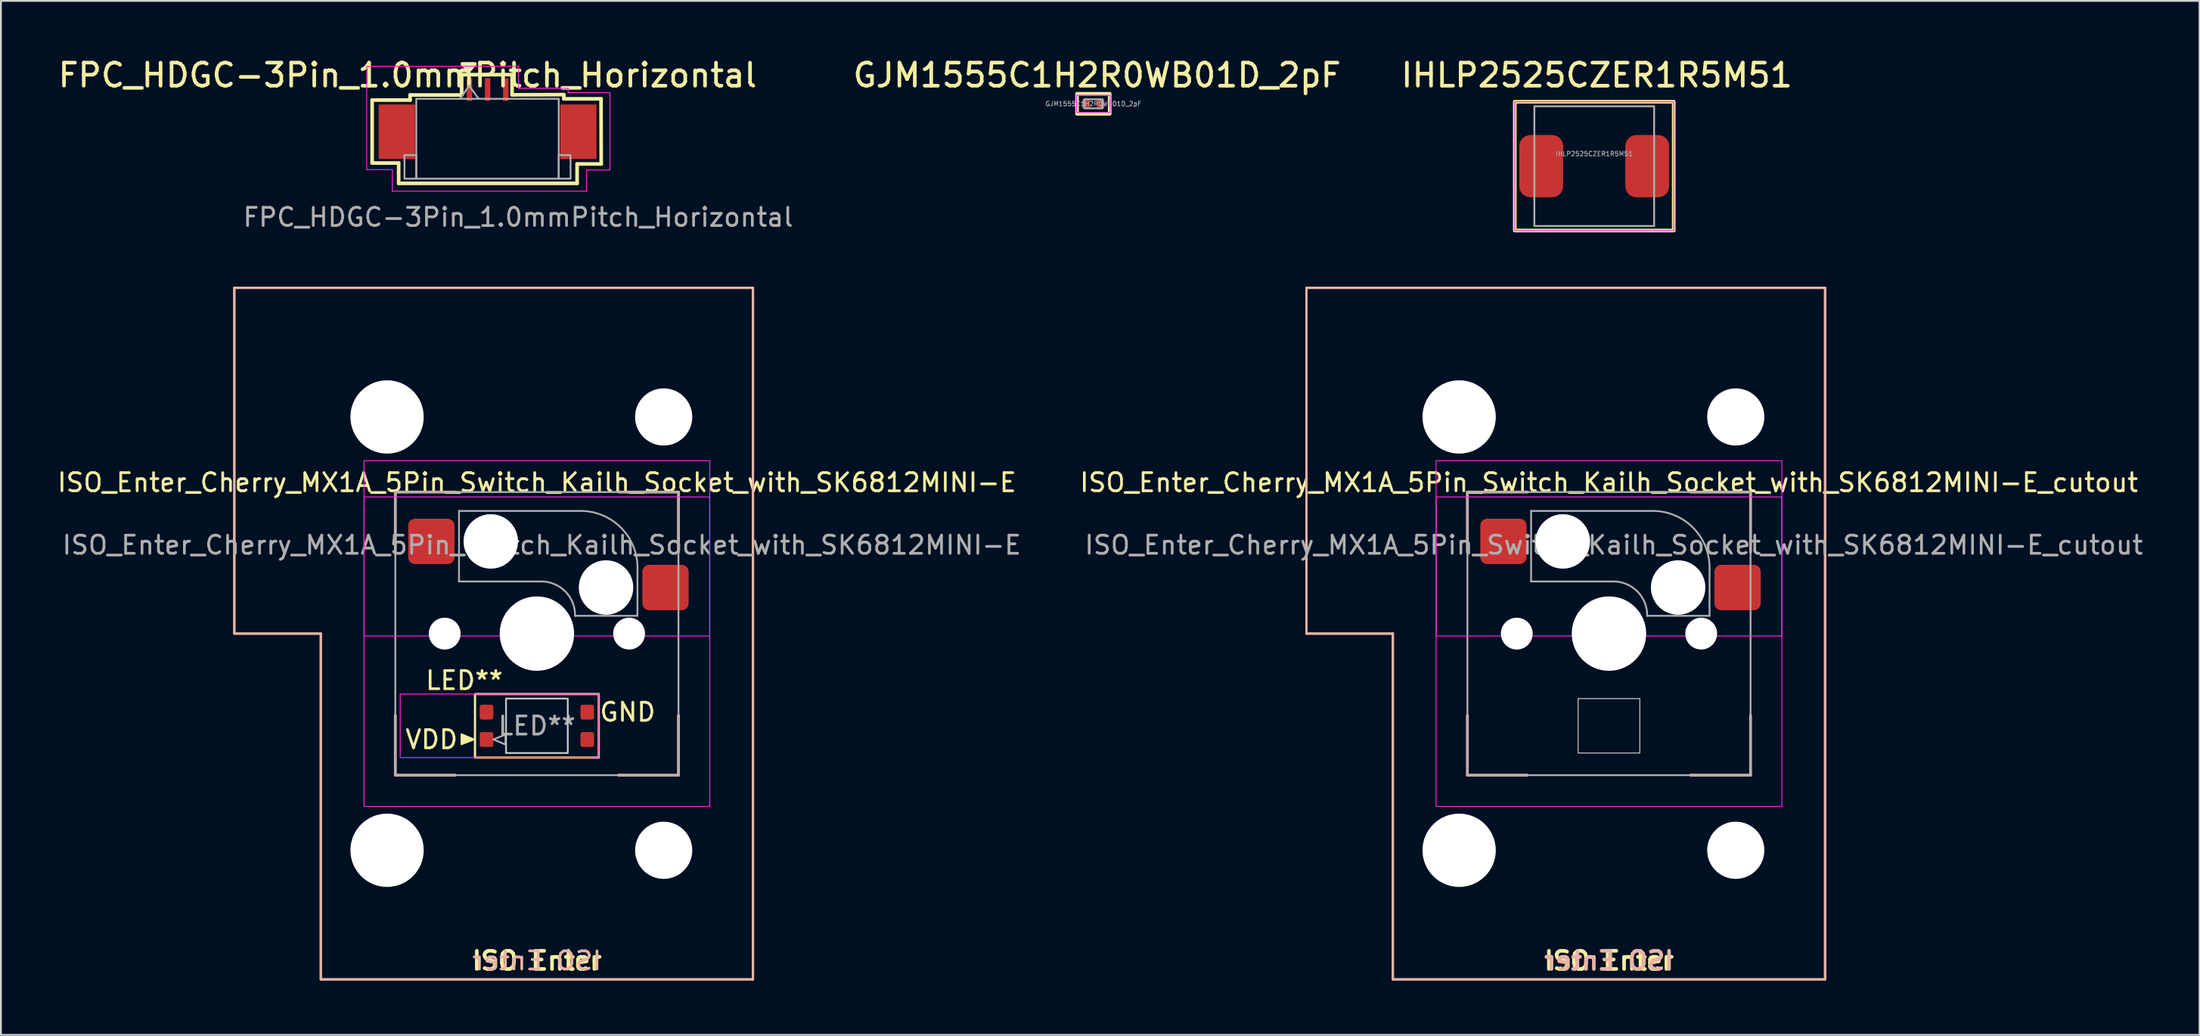
<source format=kicad_pcb>
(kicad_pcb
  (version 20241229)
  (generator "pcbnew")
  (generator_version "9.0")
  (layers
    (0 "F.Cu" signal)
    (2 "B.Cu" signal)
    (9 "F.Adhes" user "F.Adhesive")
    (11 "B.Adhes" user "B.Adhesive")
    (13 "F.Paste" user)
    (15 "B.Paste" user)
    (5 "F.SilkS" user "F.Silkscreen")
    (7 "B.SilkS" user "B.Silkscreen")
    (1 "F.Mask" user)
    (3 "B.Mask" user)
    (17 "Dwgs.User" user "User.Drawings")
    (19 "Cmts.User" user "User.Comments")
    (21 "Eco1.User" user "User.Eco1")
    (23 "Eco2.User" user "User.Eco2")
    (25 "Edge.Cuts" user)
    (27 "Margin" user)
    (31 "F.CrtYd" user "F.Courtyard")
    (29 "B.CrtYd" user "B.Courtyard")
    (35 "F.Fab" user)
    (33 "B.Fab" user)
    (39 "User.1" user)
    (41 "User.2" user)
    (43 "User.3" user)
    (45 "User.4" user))
  (footprint "GJM1555C1H2R0WB01D_2pF"
    (layer "F.Cu")
    (at 57.189 2.669)
    (property "Reference" "GJM1555C1H2R0WB01D_2pF" (at 0.2 -1.575 0) (layer "F.SilkS") (effects (font (size 1.27 1.27) (thickness 0.2))))
    (attr smd)
    (fp_rect (start -0.9 -0.55) (end 0.9 0.55) (stroke (width 0.2) (type default)) (fill no) (layer "F.SilkS"))
    (fp_rect (start -0.925 -0.475) (end 0.925 0.475) (stroke (width 0.05) (type default)) (fill no) (layer "F.CrtYd"))
    (fp_rect (start -0.5 -0.25) (end 0.5 0.25) (stroke (width 0.1) (type default)) (fill no) (layer "F.Fab"))
    (fp_text user "${REFERENCE}" (at 0 0 0) (layer "F.Fab") (effects (font (size 0.25 0.25) (thickness 0.04))))
    (pad "1" smd rect (at -0.4 0) (size 0.4 0.5) (layers "F.Cu" "F.Mask" "F.Paste"))
    (pad "2" smd rect (at 0.4 0) (size 0.4 0.5) (layers "F.Cu" "F.Mask" "F.Paste")))
  (footprint "ISO_Enter_Cherry_MX1A_5Pin_Switch_Kailh_Socket_with_SK6812MINI-E"
    (layer "F.Cu")
    (at 26.53 41.387)
    (property "Reference" "ISO_Enter_Cherry_MX1A_5Pin_Switch_Kailh_Socket_with_SK6812MINI-E" (at 0 -17.85 0) (layer "F.SilkS") (effects (font (size 1 1) (thickness 0.15))))
    (property "LED_Reference" "LED**" (at -4 -6.945 0) (layer "F.SilkS") (effects (font (size 1 1) (thickness 0.15))))
    (property "Size" "ISO Enter" (at 0 8.5 0) (layer "F.SilkS") (effects (font (size 1 1) (thickness 0.2) (bold yes))))
    (attr smd)
    (fp_line (start -16.669 -28.575) (end 11.906 -28.575) (stroke (width 0.12) (type default)) (layer "F.SilkS"))
    (fp_line (start -16.669 -9.525) (end -16.669 -28.575) (stroke (width 0.12) (type default)) (layer "F.SilkS"))
    (fp_line (start -11.906 -9.525) (end -16.669 -9.525) (stroke (width 0.12) (type default)) (layer "F.SilkS"))
    (fp_line (start -11.906 9.525) (end -11.906 -9.525) (stroke (width 0.12) (type default)) (layer "F.SilkS"))
    (fp_line (start -7.8 -17.325) (end -7.8 -14.025) (stroke (width 0.12) (type default)) (layer "F.SilkS"))
    (fp_line (start -7.8 -17.325) (end -4.5 -17.325) (stroke (width 0.12) (type default)) (layer "F.SilkS"))
    (fp_line (start -7.8 -1.725) (end -7.8 -5.025) (stroke (width 0.12) (type solid)) (layer "F.SilkS"))
    (fp_line (start -7.8 -1.725) (end -4.5 -1.725) (stroke (width 0.12) (type default)) (layer "F.SilkS"))
    (fp_line (start 7.8 -17.325) (end 4.5 -17.325) (stroke (width 0.12) (type default)) (layer "F.SilkS"))
    (fp_line (start 7.8 -17.325) (end 7.8 -14.025) (stroke (width 0.12) (type default)) (layer "F.SilkS"))
    (fp_line (start 7.8 -1.725) (end 4.5 -1.725) (stroke (width 0.12) (type default)) (layer "F.SilkS"))
    (fp_line (start 7.8 -1.725) (end 7.8 -5.025) (stroke (width 0.12) (type default)) (layer "F.SilkS"))
    (fp_line (start 11.906 -28.575) (end 11.906 9.525) (stroke (width 0.12) (type default)) (layer "F.SilkS"))
    (fp_line (start 11.906 9.525) (end -11.906 9.525) (stroke (width 0.12) (type default)) (layer "F.SilkS"))
    (fp_rect (start -3.41 -6.195) (end 3.41 -2.695) (stroke (width 0.12) (type default)) (fill no) (layer "F.SilkS"))
    (fp_poly (pts (xy -3.48 -3.695) (xy -4.153 -3.978) (xy -4.153 -3.975) (xy -4.153 -3.428)) (stroke (width 0.1) (type solid)) (fill yes) (layer "F.SilkS"))
    (fp_line (start -16.669 -28.575) (end 11.906 -28.575) (stroke (width 0.12) (type default)) (layer "B.SilkS"))
    (fp_line (start -16.669 -9.525) (end -16.669 -28.575) (stroke (width 0.12) (type default)) (layer "B.SilkS"))
    (fp_line (start -11.906 -9.525) (end -16.669 -9.525) (stroke (width 0.12) (type default)) (layer "B.SilkS"))
    (fp_line (start -11.906 9.525) (end -11.906 -9.525) (stroke (width 0.12) (type default)) (layer "B.SilkS"))
    (fp_line (start -7.8 -17.325) (end -7.8 -14.025) (stroke (width 0.15) (type default)) (layer "B.SilkS"))
    (fp_line (start -7.8 -17.325) (end -4.5 -17.325) (stroke (width 0.15) (type default)) (layer "B.SilkS"))
    (fp_line (start -7.8 -1.725) (end -7.8 -5.025) (stroke (width 0.15) (type default)) (layer "B.SilkS"))
    (fp_line (start -7.8 -1.725) (end -4.5 -1.725) (stroke (width 0.15) (type default)) (layer "B.SilkS"))
    (fp_line (start 7.8 -17.325) (end 4.5 -17.325) (stroke (width 0.15) (type default)) (layer "B.SilkS"))
    (fp_line (start 7.8 -17.325) (end 7.8 -14.025) (stroke (width 0.15) (type default)) (layer "B.SilkS"))
    (fp_line (start 7.8 -1.725) (end 4.5 -1.725) (stroke (width 0.15) (type default)) (layer "B.SilkS"))
    (fp_line (start 7.8 -1.725) (end 7.8 -5.025) (stroke (width 0.15) (type default)) (layer "B.SilkS"))
    (fp_line (start 11.906 -28.575) (end 11.906 9.525) (stroke (width 0.12) (type default)) (layer "B.SilkS"))
    (fp_line (start 11.906 9.525) (end -11.906 9.525) (stroke (width 0.12) (type default)) (layer "B.SilkS"))
    (fp_rect (start -1.7 -5.945) (end 1.7 -2.945) (stroke (width 0.05) (type default)) (fill no) (layer "Edge.Cuts"))
    (fp_rect (start -9.525 -19.05) (end 9.525 0) (stroke (width 0.05) (type default)) (fill no) (layer "F.CrtYd"))
    (fp_rect (start -9.52 -17.055) (end 9.52 -9.395) (stroke (width 0.05) (type default)) (fill no) (layer "F.CrtYd"))
    (fp_rect (start -7.53 -6.195) (end 3.41 -2.695) (stroke (width 0.05) (type default)) (fill no) (layer "F.CrtYd"))
    (fp_line (start -4.29 -12.398) (end -4.29 -16.284) (stroke (width 0.1) (type default)) (layer "F.Fab"))
    (fp_line (start 0.269 -12.398) (end -4.29 -12.398) (stroke (width 0.1) (type default)) (layer "F.Fab"))
    (fp_line (start 2.455 -16.284) (end -4.29 -16.284) (stroke (width 0.1) (type default)) (layer "F.Fab"))
    (fp_line (start 5.54 -10.505) (end 2.105 -10.505) (stroke (width 0.1) (type default)) (layer "F.Fab"))
    (fp_line (start 5.54 -10.505) (end 5.542 -13.102) (stroke (width 0.1) (type default)) (layer "F.Fab"))
    (fp_rect (start -7.8 -17.325) (end 7.8 -1.725) (stroke (width 0.1) (type default)) (fill no) (layer "F.Fab"))
    (fp_rect (start -1.7 -5.945) (end 1.7 -2.945) (stroke (width 0.1) (type default)) (fill no) (layer "F.Fab"))
    (fp_arc (start 0.268782 -12.397715) (mid 1.580341 -11.833063) (end 2.105 -10.505) (stroke (width 0.1) (type default)) (layer "F.Fab"))
    (fp_arc (start 2.45495 -16.284322) (mid 4.659998 -15.334999) (end 5.542076 -13.102199) (stroke (width 0.1) (type default)) (layer "F.Fab"))
    (fp_poly (pts (xy -2.4 -3.695) (xy -1.727 -3.412) (xy -1.727 -3.415) (xy -1.727 -3.962)) (stroke (width 0.1) (type solid)) (fill no) (layer "F.Fab"))
    (fp_text user "GND" (at 5 -5.2 0) (unlocked yes) (layer "F.SilkS") (effects (font (size 1 1) (thickness 0.15))))
    (fp_text user "VDD" (at -5.8 -3.69 0) (unlocked yes) (layer "F.SilkS") (effects (font (size 1 1) (thickness 0.15))))
    (fp_text user "${Size}" (at 0 8.5 0) (unlocked yes) (layer "B.SilkS") (effects (font (size 1 1) (thickness 0.15)) (justify mirror)))
    (fp_text user "${REFERENCE}" (at 0.269 -14.405 0) (layer "F.Fab") (effects (font (size 1 1) (thickness 0.15))))
    (fp_text user "${LED_Reference}" (at 0 -4.445 0) (unlocked yes) (layer "F.Fab") (effects (font (size 1 1) (thickness 0.15))))
    (pad "" np_thru_hole circle (at -8.255 -21.463 270) (size 4.039 4.039) (drill 4.039) (layers "*.Cu" "*.Mask"))
    (pad "" np_thru_hole circle (at -8.255 2.413 270) (size 4.039 4.039) (drill 4.039) (layers "*.Cu" "*.Mask"))
    (pad "" np_thru_hole circle (at -5.08 -9.525) (size 1.753 1.753) (drill 1.753) (layers "*.Cu" "*.Mask"))
    (pad "" np_thru_hole circle (at -2.54 -14.605) (size 3 3) (drill 3) (layers "*.Cu" "*.Mask"))
    (pad "" np_thru_hole circle (at 0 -9.525) (size 4.1 4.1) (drill 4.1) (layers "*.Cu" "*.Mask"))
    (pad "" np_thru_hole circle (at 3.81 -12.065) (size 3 3) (drill 3) (layers "*.Cu" "*.Mask"))
    (pad "" np_thru_hole circle (at 5.08 -9.525) (size 1.753 1.753) (drill 1.753) (layers "*.Cu" "*.Mask"))
    (pad "" np_thru_hole circle (at 6.985 -21.463 270) (size 3.15 3.15) (drill 3.15) (layers "*.Cu" "*.Mask"))
    (pad "" np_thru_hole circle (at 6.985 2.413 270) (size 3.15 3.15) (drill 3.15) (layers "*.Cu" "*.Mask"))
    (pad "1" smd roundrect (at -2.775 -3.69) (size 0.75 0.82) (layers "F.Cu" "F.Mask" "F.Paste") (roundrect_rratio 0.15))
    (pad "2" smd roundrect (at -2.775 -5.2) (size 0.75 0.82) (layers "F.Cu" "F.Mask" "F.Paste") (roundrect_rratio 0.15))
    (pad "3" smd roundrect (at 2.775 -5.2) (size 0.75 0.82) (layers "F.Cu" "F.Mask" "F.Paste") (roundrect_rratio 0.15))
    (pad "4" smd roundrect (at 2.775 -3.69) (size 0.75 0.82) (layers "F.Cu" "F.Mask" "F.Paste") (roundrect_rratio 0.15))
    (pad "5" smd roundrect (at -5.815 -14.605) (size 2.55 2.5) (layers "F.Cu" "F.Mask" "F.Paste") (roundrect_rratio 0.15))
    (pad "6" smd roundrect (at 7.085 -12.065) (size 2.55 2.5) (layers "F.Cu" "F.Mask" "F.Paste") (roundrect_rratio 0.15)))
  (footprint "FPC_HDGC-3Pin_1.0mmPitch_Horizontal"
    (layer "F.Cu")
    (at 23.814 1.884)
    (property "Reference" "FPC_HDGC-3Pin_1.0mmPitch_Horizontal" (at -4.41 -0.79 0) (layer "F.SilkS") (effects (font (size 1.27 1.27) (thickness 0.2))))
    (attr smd)
    (fp_line (start -6.36 0.58) (end -6.36 4.05) (stroke (width 0.2) (type default)) (layer "F.SilkS"))
    (fp_line (start -6.36 4.05) (end -4.9 4.05) (stroke (width 0.2) (type default)) (layer "F.SilkS"))
    (fp_line (start -4.9 4.05) (end -4.9 5.17) (stroke (width 0.2) (type default)) (layer "F.SilkS"))
    (fp_line (start -4.9 5.17) (end 4.93 5.17) (stroke (width 0.2) (type default)) (layer "F.SilkS"))
    (fp_line (start -4.27 0.3) (end -4.27 0.58) (stroke (width 0.2) (type default)) (layer "F.SilkS"))
    (fp_line (start -4.27 0.58) (end -6.36 0.58) (stroke (width 0.2) (type default)) (layer "F.SilkS"))
    (fp_line (start -1.429 -0.819) (end -1.429 0.3) (stroke (width 0.2) (type default)) (layer "F.SilkS"))
    (fp_line (start -1.429 0.3) (end -4.27 0.3) (stroke (width 0.2) (type default)) (layer "F.SilkS"))
    (fp_line (start 1.35 -0.82) (end -1.429 -0.819) (stroke (width 0.2) (type default)) (layer "F.SilkS"))
    (fp_line (start 1.35 0.291) (end 1.35 -0.82) (stroke (width 0.2) (type default)) (layer "F.SilkS"))
    (fp_line (start 4.2 0.28) (end 1.35 0.291) (stroke (width 0.2) (type default)) (layer "F.SilkS"))
    (fp_line (start 4.2 0.51) (end 4.2 0.28) (stroke (width 0.2) (type default)) (layer "F.SilkS"))
    (fp_line (start 4.93 5.17) (end 4.93 4.1) (stroke (width 0.2) (type default)) (layer "F.SilkS"))
    (fp_line (start 4.94 4.1) (end 6.26 4.1) (stroke (width 0.2) (type default)) (layer "F.SilkS"))
    (fp_line (start 6.25 0.51) (end 4.2 0.51) (stroke (width 0.2) (type default)) (layer "F.SilkS"))
    (fp_line (start 6.26 4.1) (end 6.25 0.51) (stroke (width 0.2) (type default)) (layer "F.SilkS"))
    (fp_poly (pts (xy -1.02 -1.04) (xy -1.391 -1.411) (xy -0.7 -1.411) (xy -0.7 -1.41) (xy -1.02 -1.039) (xy -1.021 -1.039)) (stroke (width 0.2) (type solid)) (fill yes) (layer "F.SilkS"))
    (fp_line (start -6.66 -1.28) (end -6.66 4.41) (stroke (width 0.05) (type default)) (layer "F.CrtYd"))
    (fp_line (start -6.66 -1.28) (end 1.7 -1.28) (stroke (width 0.05) (type default)) (layer "F.CrtYd"))
    (fp_line (start -6.66 4.41) (end -5.25 4.41) (stroke (width 0.05) (type default)) (layer "F.CrtYd"))
    (fp_line (start -5.25 4.41) (end -5.25 5.6) (stroke (width 0.05) (type default)) (layer "F.CrtYd"))
    (fp_line (start -5.25 5.6) (end 5.45 5.6) (stroke (width 0.05) (type default)) (layer "F.CrtYd"))
    (fp_line (start 1.7 -0.07) (end 1.7 -1.28) (stroke (width 0.05) (type default)) (layer "F.CrtYd"))
    (fp_line (start 4.44 -0.07) (end 1.7 -0.07) (stroke (width 0.05) (type default)) (layer "F.CrtYd"))
    (fp_line (start 4.44 0.17) (end 4.44 -0.07) (stroke (width 0.05) (type default)) (layer "F.CrtYd"))
    (fp_line (start 5.45 4.43) (end 6.74 4.43) (stroke (width 0.05) (type default)) (layer "F.CrtYd"))
    (fp_line (start 5.45 5.6) (end 5.45 4.43) (stroke (width 0.05) (type default)) (layer "F.CrtYd"))
    (fp_line (start 6.74 0.17) (end 4.44 0.17) (stroke (width 0.05) (type default)) (layer "F.CrtYd"))
    (fp_line (start 6.74 4.43) (end 6.74 0.17) (stroke (width 0.05) (type default)) (layer "F.CrtYd"))
    (fp_line (start -1.51 0.494) (end -1.01 -0.214) (stroke (width 0.1) (type solid)) (layer "F.Fab"))
    (fp_line (start -1.01 -0.214) (end -0.51 0.494) (stroke (width 0.1) (type solid)) (layer "F.Fab"))
    (fp_rect (start -4.58 3.61) (end -3.93 4.91) (stroke (width 0.1) (type default)) (fill no) (layer "F.Fab"))
    (fp_rect (start -3.93 0.51) (end 3.92 4.91) (stroke (width 0.1) (type default)) (fill no) (layer "F.Fab"))
    (fp_rect (start 3.92 3.61) (end 4.57 4.91) (stroke (width 0.1) (type default)) (fill no) (layer "F.Fab"))
    (fp_text user "FPC_HDGC-3Pin_1.0mmPitch_Horizontal" (at -13.56 7.62 0) (unlocked yes) (layer "F.Fab") (effects (font (size 1 1) (thickness 0.15)) (justify left bottom)))
    (pad "0" smd rect (at -5 2.325) (size 2 3) (layers "F.Cu" "F.Mask" "F.Paste"))
    (pad "0" smd rect (at 5 2.325) (size 2 3) (layers "F.Cu" "F.Mask" "F.Paste"))
    (pad "1" smd rect (at -1 0) (size 0.3 1.25) (layers "F.Cu" "F.Mask" "F.Paste"))
    (pad "2" smd rect (at 0 0) (size 0.3 1.25) (layers "F.Cu" "F.Mask" "F.Paste"))
    (pad "3" smd rect (at 1 0) (size 0.3 1.25) (layers "F.Cu" "F.Mask" "F.Paste")))
  (footprint "IHLP2525CZER1R5M51"
    (layer "F.Cu")
    (at 84.785 6.104)
    (property "Reference" "IHLP2525CZER1R5M51" (at 0.14 -5.01 0) (layer "F.SilkS") (effects (font (size 1.27 1.27) (thickness 0.2))))
    (attr smd)
    (fp_rect (start -4.378 -3.549) (end 4.378 3.549) (stroke (width 0.2) (type default)) (fill no) (layer "F.SilkS"))
    (fp_rect (start -4.378 -3.549) (end 4.378 3.549) (stroke (width 0.05) (type default)) (fill no) (layer "F.CrtYd"))
    (fp_rect (start -3.299 -3.299) (end 3.299 3.299) (stroke (width 0.1) (type default)) (fill no) (layer "F.Fab"))
    (fp_text user "${REFERENCE}" (at 0 -0.68 0) (layer "F.Fab") (effects (font (size 0.25 0.25) (thickness 0.04))))
    (pad "1" smd roundrect (at -2.921 0) (size 2.413 3.429) (layers "F.Cu" "F.Mask" "F.Paste") (roundrect_rratio 0.25))
    (pad "2" smd roundrect (at 2.921 0) (size 2.413 3.429) (layers "F.Cu" "F.Mask" "F.Paste") (roundrect_rratio 0.25)))
  (footprint "ISO_Enter_Cherry_MX1A_5Pin_Switch_Kailh_Socket_with_SK6812MINI-E_cutout"
    (layer "F.Cu")
    (at 85.596 41.387)
    (property "Reference" "ISO_Enter_Cherry_MX1A_5Pin_Switch_Kailh_Socket_with_SK6812MINI-E_cutout" (at 0 -17.85 0) (layer "F.SilkS") (effects (font (size 1 1) (thickness 0.15))))
    (property "Size" "ISO Enter" (at 0 8.5 0) (layer "F.SilkS") (effects (font (size 1 1) (thickness 0.2) (bold yes))))
    (attr smd)
    (fp_line (start -16.669 -28.575) (end 11.906 -28.575) (stroke (width 0.12) (type default)) (layer "F.SilkS"))
    (fp_line (start -16.669 -9.525) (end -16.669 -28.575) (stroke (width 0.12) (type default)) (layer "F.SilkS"))
    (fp_line (start -11.906 -9.525) (end -16.669 -9.525) (stroke (width 0.12) (type default)) (layer "F.SilkS"))
    (fp_line (start -11.906 9.525) (end -11.906 -9.525) (stroke (width 0.12) (type default)) (layer "F.SilkS"))
    (fp_line (start -7.8 -17.325) (end -7.8 -14.025) (stroke (width 0.12) (type default)) (layer "F.SilkS"))
    (fp_line (start -7.8 -17.325) (end -4.5 -17.325) (stroke (width 0.12) (type default)) (layer "F.SilkS"))
    (fp_line (start -7.8 -1.725) (end -7.8 -5.025) (stroke (width 0.12) (type solid)) (layer "F.SilkS"))
    (fp_line (start -7.8 -1.725) (end -4.5 -1.725) (stroke (width 0.12) (type default)) (layer "F.SilkS"))
    (fp_line (start 7.8 -17.325) (end 4.5 -17.325) (stroke (width 0.12) (type default)) (layer "F.SilkS"))
    (fp_line (start 7.8 -17.325) (end 7.8 -14.025) (stroke (width 0.12) (type default)) (layer "F.SilkS"))
    (fp_line (start 7.8 -1.725) (end 4.5 -1.725) (stroke (width 0.12) (type default)) (layer "F.SilkS"))
    (fp_line (start 7.8 -1.725) (end 7.8 -5.025) (stroke (width 0.12) (type default)) (layer "F.SilkS"))
    (fp_line (start 11.906 -28.575) (end 11.906 9.525) (stroke (width 0.12) (type default)) (layer "F.SilkS"))
    (fp_line (start 11.906 9.525) (end -11.906 9.525) (stroke (width 0.12) (type default)) (layer "F.SilkS"))
    (fp_line (start -16.669 -28.575) (end 11.906 -28.575) (stroke (width 0.12) (type default)) (layer "B.SilkS"))
    (fp_line (start -16.669 -9.525) (end -16.669 -28.575) (stroke (width 0.12) (type default)) (layer "B.SilkS"))
    (fp_line (start -11.906 -9.525) (end -16.669 -9.525) (stroke (width 0.12) (type default)) (layer "B.SilkS"))
    (fp_line (start -11.906 9.525) (end -11.906 -9.525) (stroke (width 0.12) (type default)) (layer "B.SilkS"))
    (fp_line (start -7.8 -17.325) (end -7.8 -14.025) (stroke (width 0.15) (type default)) (layer "B.SilkS"))
    (fp_line (start -7.8 -17.325) (end -4.5 -17.325) (stroke (width 0.15) (type default)) (layer "B.SilkS"))
    (fp_line (start -7.8 -1.725) (end -7.8 -5.025) (stroke (width 0.15) (type default)) (layer "B.SilkS"))
    (fp_line (start -7.8 -1.725) (end -4.5 -1.725) (stroke (width 0.15) (type default)) (layer "B.SilkS"))
    (fp_line (start 7.8 -17.325) (end 4.5 -17.325) (stroke (width 0.15) (type default)) (layer "B.SilkS"))
    (fp_line (start 7.8 -17.325) (end 7.8 -14.025) (stroke (width 0.15) (type default)) (layer "B.SilkS"))
    (fp_line (start 7.8 -1.725) (end 4.5 -1.725) (stroke (width 0.15) (type default)) (layer "B.SilkS"))
    (fp_line (start 7.8 -1.725) (end 7.8 -5.025) (stroke (width 0.15) (type default)) (layer "B.SilkS"))
    (fp_line (start 11.906 -28.575) (end 11.906 9.525) (stroke (width 0.12) (type default)) (layer "B.SilkS"))
    (fp_line (start 11.906 9.525) (end -11.906 9.525) (stroke (width 0.12) (type default)) (layer "B.SilkS"))
    (fp_rect (start -1.7 -5.945) (end 1.7 -2.945) (stroke (width 0.05) (type default)) (fill no) (layer "Edge.Cuts"))
    (fp_rect (start -9.525 -19.05) (end 9.525 0) (stroke (width 0.05) (type default)) (fill no) (layer "F.CrtYd"))
    (fp_rect (start -9.52 -17.055) (end 9.52 -9.395) (stroke (width 0.05) (type default)) (fill no) (layer "F.CrtYd"))
    (fp_line (start -4.29 -12.398) (end -4.29 -16.284) (stroke (width 0.1) (type default)) (layer "F.Fab"))
    (fp_line (start 0.269 -12.398) (end -4.29 -12.398) (stroke (width 0.1) (type default)) (layer "F.Fab"))
    (fp_line (start 2.455 -16.284) (end -4.29 -16.284) (stroke (width 0.1) (type default)) (layer "F.Fab"))
    (fp_line (start 5.54 -10.505) (end 2.105 -10.505) (stroke (width 0.1) (type default)) (layer "F.Fab"))
    (fp_line (start 5.54 -10.505) (end 5.542 -13.102) (stroke (width 0.1) (type default)) (layer "F.Fab"))
    (fp_rect (start -7.8 -17.325) (end 7.8 -1.725) (stroke (width 0.1) (type default)) (fill no) (layer "F.Fab"))
    (fp_arc (start 0.268782 -12.397715) (mid 1.580341 -11.833063) (end 2.105 -10.505) (stroke (width 0.1) (type default)) (layer "F.Fab"))
    (fp_arc (start 2.45495 -16.284322) (mid 4.659998 -15.334999) (end 5.542076 -13.102199) (stroke (width 0.1) (type default)) (layer "F.Fab"))
    (fp_text user "${Size}" (at 0 8.5 0) (unlocked yes) (layer "B.SilkS") (effects (font (size 1 1) (thickness 0.2) (bold yes)) (justify mirror)))
    (fp_text user "${REFERENCE}" (at 0.269 -14.405 0) (layer "F.Fab") (effects (font (size 1 1) (thickness 0.15))))
    (pad "" np_thru_hole circle (at -8.255 -21.463 270) (size 4.039 4.039) (drill 4.039) (layers "*.Cu" "*.Mask"))
    (pad "" np_thru_hole circle (at -8.255 2.413 270) (size 4.039 4.039) (drill 4.039) (layers "*.Cu" "*.Mask"))
    (pad "" np_thru_hole circle (at -5.08 -9.525) (size 1.753 1.753) (drill 1.753) (layers "*.Cu" "*.Mask"))
    (pad "" np_thru_hole circle (at -2.54 -14.605) (size 3 3) (drill 3) (layers "*.Cu" "*.Mask"))
    (pad "" np_thru_hole circle (at 0 -9.525) (size 4.1 4.1) (drill 4.1) (layers "*.Cu" "*.Mask"))
    (pad "" np_thru_hole circle (at 3.81 -12.065) (size 3 3) (drill 3) (layers "*.Cu" "*.Mask"))
    (pad "" np_thru_hole circle (at 5.08 -9.525) (size 1.753 1.753) (drill 1.753) (layers "*.Cu" "*.Mask"))
    (pad "" np_thru_hole circle (at 6.985 -21.463 270) (size 3.15 3.15) (drill 3.15) (layers "*.Cu" "*.Mask"))
    (pad "" np_thru_hole circle (at 6.985 2.413 270) (size 3.15 3.15) (drill 3.15) (layers "*.Cu" "*.Mask"))
    (pad "1" smd roundrect (at -5.815 -14.605) (size 2.55 2.5) (layers "F.Cu" "F.Mask" "F.Paste") (roundrect_rratio 0.15))
    (pad "2" smd roundrect (at 7.085 -12.065) (size 2.55 2.5) (layers "F.Cu" "F.Mask" "F.Paste") (roundrect_rratio 0.15)))
  (gr_rect
    (start -3 -3)
    (end 118.133 53.972)
    (stroke (width 0.1) (type default))
    (fill no)
    (layer "Edge.Cuts")))
</source>
